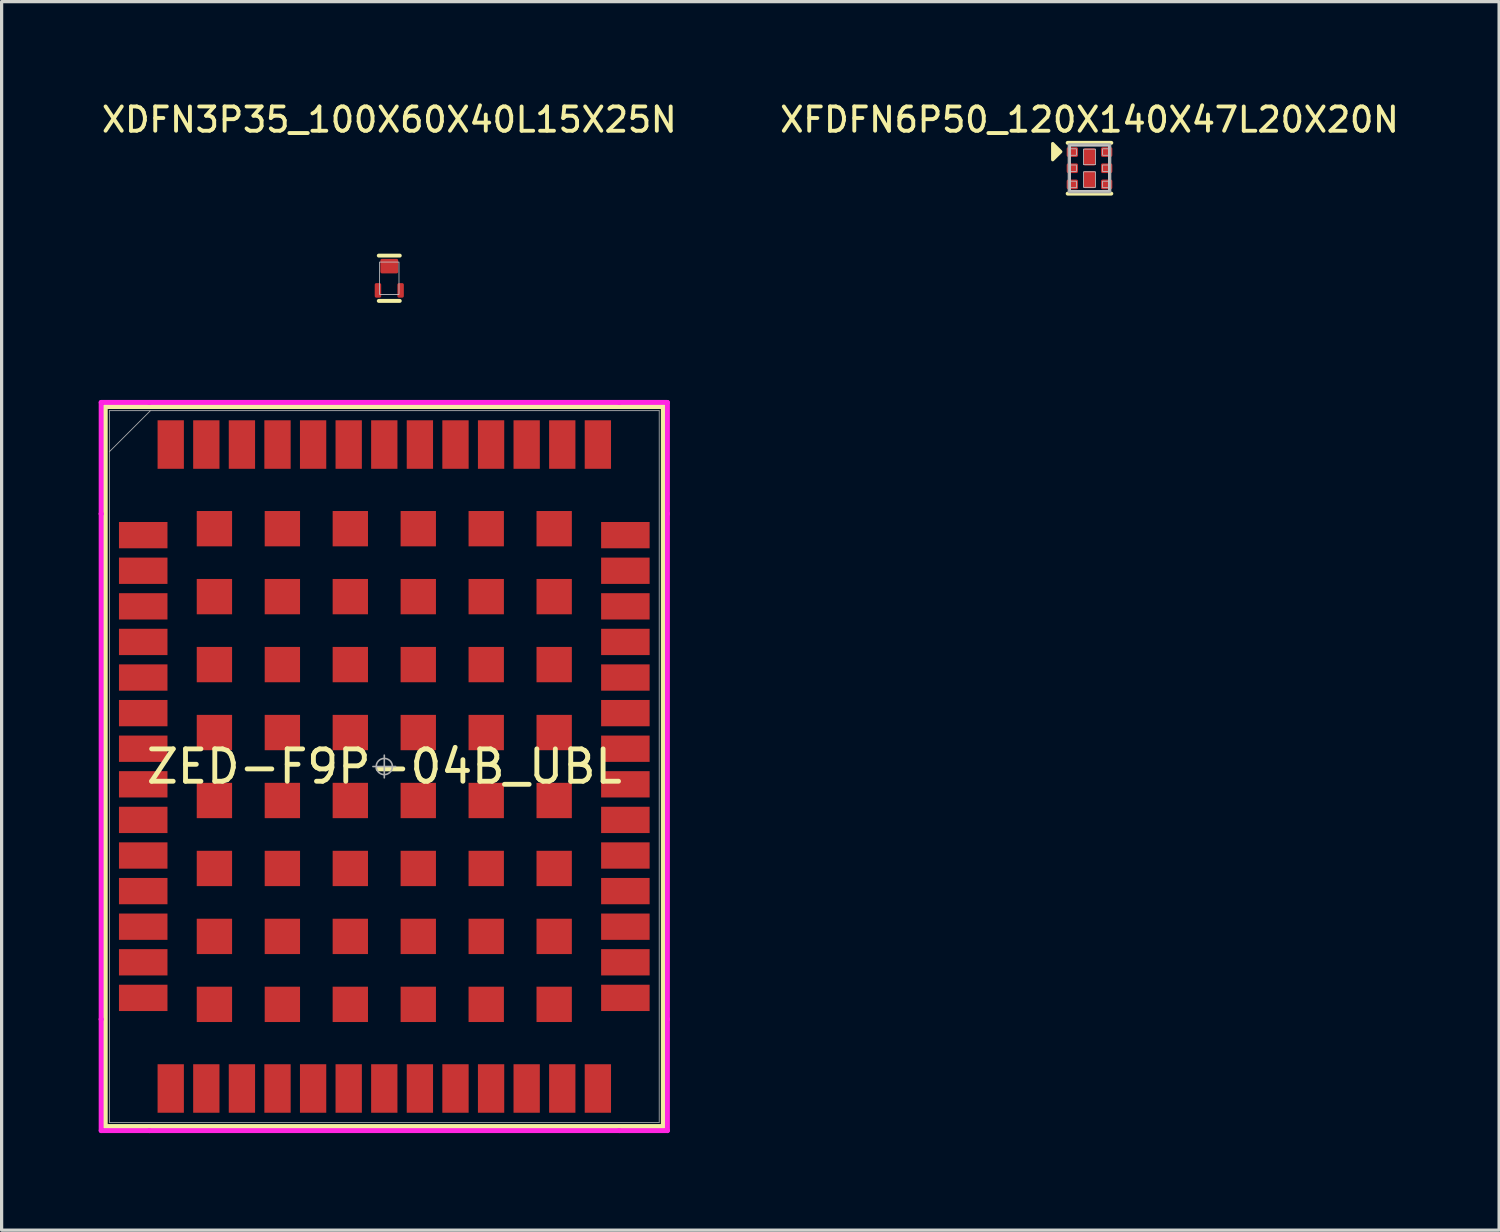
<source format=kicad_pcb>
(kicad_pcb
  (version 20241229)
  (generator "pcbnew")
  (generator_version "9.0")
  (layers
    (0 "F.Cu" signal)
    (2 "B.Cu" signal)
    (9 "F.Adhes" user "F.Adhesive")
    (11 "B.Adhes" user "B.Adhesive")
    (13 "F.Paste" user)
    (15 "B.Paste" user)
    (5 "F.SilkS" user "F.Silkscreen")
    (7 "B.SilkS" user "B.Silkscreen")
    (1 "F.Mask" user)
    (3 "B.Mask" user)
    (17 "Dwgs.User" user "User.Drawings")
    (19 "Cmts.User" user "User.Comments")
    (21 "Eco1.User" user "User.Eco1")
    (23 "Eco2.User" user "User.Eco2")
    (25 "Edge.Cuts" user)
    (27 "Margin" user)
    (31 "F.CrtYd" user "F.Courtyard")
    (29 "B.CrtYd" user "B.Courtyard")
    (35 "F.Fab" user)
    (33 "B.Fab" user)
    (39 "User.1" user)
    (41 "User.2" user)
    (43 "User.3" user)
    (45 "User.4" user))
  (footprint "XDFN3P35_100X60X40L15X25N"
    (layer "F.Cu")
    (at 8.98 5.549)
    (property "Reference" "XDFN3P35_100X60X40L15X25N" (at 0 -4.9 0) (unlocked yes) (layer "F.SilkS") (effects (font (size 0.75 0.75) (thickness 0.12))))
    (attr smd)
    (fp_line (start -0.325 -0.7) (end 0.325 -0.7) (stroke (width 0.12) (type default)) (layer "F.SilkS"))
    (fp_line (start -0.325 0.7) (end 0.325 0.7) (stroke (width 0.12) (type default)) (layer "F.SilkS"))
    (fp_rect (start -0.3 -0.5) (end 0.3 0.5) (stroke (width 0.025) (type default)) (fill no) (layer "Dwgs.User"))
    (pad "1" smd roundrect (at -0.35 0.375) (size 0.2 0.45) (layers "F.Cu" "F.Mask" "F.Paste") (roundrect_rratio 0.25))
    (pad "2" smd roundrect (at 0.35 0.375) (size 0.2 0.45) (layers "F.Cu" "F.Mask" "F.Paste") (roundrect_rratio 0.25))
    (pad "3" smd roundrect (at 0 -0.375) (size 0.55 0.45) (layers "F.Cu" "F.Mask" "F.Paste") (roundrect_rratio 0.111)))
  (footprint "XFDFN6P50_120X140X47L20X20N"
    (layer "F.Cu")
    (at 30.619 2.149)
    (property "Reference" "XFDFN6P50_120X140X47L20X20N" (at 0 -1.5 0) (unlocked yes) (layer "F.SilkS") (effects (font (size 0.75 0.75) (thickness 0.12))))
    (attr smd)
    (fp_line (start 0.675 -0.785) (end -0.675 -0.785) (stroke (width 0.12) (type default)) (layer "F.SilkS"))
    (fp_line (start 0.675 0.785) (end -0.675 0.785) (stroke (width 0.12) (type default)) (layer "F.SilkS"))
    (fp_poly (pts (xy -0.887 -0.512) (xy -1.137 -0.263) (xy -1.137 -0.762)) (stroke (width 0.1) (type solid)) (fill yes) (layer "F.SilkS"))
    (fp_rect (start -0.6 -0.7) (end 0.6 0.7) (stroke (width 0.05) (type default)) (fill no) (layer "Dwgs.User"))
    (fp_rect (start -0.6 -0.6) (end -0.405 -0.4) (stroke (width 0.025) (type default)) (fill no) (layer "Dwgs.User"))
    (fp_rect (start -0.6 -0.1) (end -0.405 0.1) (stroke (width 0.025) (type default)) (fill no) (layer "Dwgs.User"))
    (fp_rect (start -0.6 0.4) (end -0.405 0.6) (stroke (width 0.025) (type default)) (fill no) (layer "Dwgs.User"))
    (fp_rect (start -0.185 -0.59) (end 0.185 -0.11) (stroke (width 0.025) (type default)) (fill no) (layer "Dwgs.User"))
    (fp_rect (start -0.185 0.11) (end 0.185 0.59) (stroke (width 0.025) (type default)) (fill no) (layer "Dwgs.User"))
    (fp_rect (start 0.405 -0.6) (end 0.6 -0.4) (stroke (width 0.025) (type default)) (fill no) (layer "Dwgs.User"))
    (fp_rect (start 0.405 -0.1) (end 0.6 0.1) (stroke (width 0.025) (type default)) (fill no) (layer "Dwgs.User"))
    (fp_rect (start 0.405 0.4) (end 0.6 0.6) (stroke (width 0.025) (type default)) (fill no) (layer "Dwgs.User"))
    (fp_rect (start -0.625 -0.725) (end 0.625 0.725) (stroke (width 0.1) (type default)) (fill no) (layer "F.Fab"))
    (pad "1" smd roundrect (at -0.53 -0.5) (size 0.35 0.3) (layers "F.Cu" "F.Mask" "F.Paste") (roundrect_rratio 0.167))
    (pad "2" smd roundrect (at -0.53 0) (size 0.35 0.3) (layers "F.Cu" "F.Mask" "F.Paste") (roundrect_rratio 0.167))
    (pad "3" smd roundrect (at -0.53 0.5) (size 0.35 0.3) (layers "F.Cu" "F.Mask" "F.Paste") (roundrect_rratio 0.167))
    (pad "4" smd roundrect (at 0.53 0.5) (size 0.35 0.3) (layers "F.Cu" "F.Mask" "F.Paste") (roundrect_rratio 0.167))
    (pad "5" smd roundrect (at 0.53 0) (size 0.35 0.3) (layers "F.Cu" "F.Mask" "F.Paste") (roundrect_rratio 0.167))
    (pad "6" smd roundrect (at 0.53 -0.5) (size 0.35 0.3) (layers "F.Cu" "F.Mask" "F.Paste") (roundrect_rratio 0.167))
    (pad "7" smd roundrect (at 0 -0.35) (size 0.37 0.53) (layers "F.Cu" "F.Mask" "F.Paste") (roundrect_rratio 0.135))
    (pad "8" smd roundrect (at 0 0.35) (size 0.37 0.53) (layers "F.Cu" "F.Mask" "F.Paste") (roundrect_rratio 0.135)))
  (footprint "ZED-F9P-04B_UBL"
    (layer "F.Cu")
    (at 8.826 20.638)
    (property "Reference" "ZED-F9P-04B_UBL" (at 0 0 0) (unlocked yes) (layer "F.SilkS") (effects (font (size 1 1) (thickness 0.15))))
    (attr smd)
    (fp_line (start -8.623 -11.125) (end -8.623 11.125) (stroke (width 0.152) (type solid)) (layer "F.SilkS"))
    (fp_line (start -8.623 11.125) (end 8.623 11.125) (stroke (width 0.152) (type solid)) (layer "F.SilkS"))
    (fp_line (start 8.623 -11.125) (end -8.623 -11.125) (stroke (width 0.152) (type solid)) (layer "F.SilkS"))
    (fp_line (start 8.623 11.125) (end 8.623 -11.125) (stroke (width 0.152) (type solid)) (layer "F.SilkS"))
    (fp_line (start -8.75 -11.252) (end -7.26 -11.252) (stroke (width 0.152) (type solid)) (layer "F.CrtYd"))
    (fp_line (start -8.75 -7.81) (end -8.75 -11.252) (stroke (width 0.152) (type solid)) (layer "F.CrtYd"))
    (fp_line (start -8.75 -7.81) (end -8.75 -7.81) (stroke (width 0.152) (type solid)) (layer "F.CrtYd"))
    (fp_line (start -8.75 7.81) (end -8.75 -7.81) (stroke (width 0.152) (type solid)) (layer "F.CrtYd"))
    (fp_line (start -8.75 7.81) (end -8.75 7.81) (stroke (width 0.152) (type solid)) (layer "F.CrtYd"))
    (fp_line (start -8.75 11.252) (end -8.75 7.81) (stroke (width 0.152) (type solid)) (layer "F.CrtYd"))
    (fp_line (start -7.26 -11.252) (end -7.26 -11.252) (stroke (width 0.152) (type solid)) (layer "F.CrtYd"))
    (fp_line (start -7.26 -11.252) (end 7.26 -11.252) (stroke (width 0.152) (type solid)) (layer "F.CrtYd"))
    (fp_line (start -7.26 11.252) (end -8.75 11.252) (stroke (width 0.152) (type solid)) (layer "F.CrtYd"))
    (fp_line (start -7.26 11.252) (end -7.26 11.252) (stroke (width 0.152) (type solid)) (layer "F.CrtYd"))
    (fp_line (start 7.26 -11.252) (end 7.26 -11.252) (stroke (width 0.152) (type solid)) (layer "F.CrtYd"))
    (fp_line (start 7.26 -11.252) (end 8.75 -11.252) (stroke (width 0.152) (type solid)) (layer "F.CrtYd"))
    (fp_line (start 7.26 11.252) (end -7.26 11.252) (stroke (width 0.152) (type solid)) (layer "F.CrtYd"))
    (fp_line (start 7.26 11.252) (end 7.26 11.252) (stroke (width 0.152) (type solid)) (layer "F.CrtYd"))
    (fp_line (start 8.75 -11.252) (end 8.75 -7.81) (stroke (width 0.152) (type solid)) (layer "F.CrtYd"))
    (fp_line (start 8.75 -7.81) (end 8.75 -7.81) (stroke (width 0.152) (type solid)) (layer "F.CrtYd"))
    (fp_line (start 8.75 -7.81) (end 8.75 7.81) (stroke (width 0.152) (type solid)) (layer "F.CrtYd"))
    (fp_line (start 8.75 7.81) (end 8.75 7.81) (stroke (width 0.152) (type solid)) (layer "F.CrtYd"))
    (fp_line (start 8.75 7.81) (end 8.75 11.252) (stroke (width 0.152) (type solid)) (layer "F.CrtYd"))
    (fp_line (start 8.75 11.252) (end 7.26 11.252) (stroke (width 0.152) (type solid)) (layer "F.CrtYd"))
    (fp_line (start -8.496 -10.998) (end -8.496 10.998) (stroke (width 0.025) (type solid)) (layer "F.Fab"))
    (fp_line (start -8.496 -9.728) (end -7.226 -10.998) (stroke (width 0.025) (type solid)) (layer "F.Fab"))
    (fp_line (start -8.496 10.998) (end 8.496 10.998) (stroke (width 0.025) (type solid)) (layer "F.Fab"))
    (fp_line (start -0.35 0) (end 0.35 0) (stroke (width 0.05) (type solid)) (layer "F.Fab"))
    (fp_line (start 0 -0.35) (end 0 0.35) (stroke (width 0.05) (type solid)) (layer "F.Fab"))
    (fp_line (start 8.496 -10.998) (end -8.496 -10.998) (stroke (width 0.025) (type solid)) (layer "F.Fab"))
    (fp_line (start 8.496 10.998) (end 8.496 -10.998) (stroke (width 0.025) (type solid)) (layer "F.Fab"))
    (fp_circle (center 0 0) (end 0.25 0) (stroke (width 0.05) (type solid)) (fill no) (layer "F.Fab"))
    (pad "1" smd rect (at -7.45 -7.15) (size 1.499 0.813) (layers "F.Cu" "F.Mask" "F.Paste"))
    (pad "2" smd rect (at -7.45 -6.05) (size 1.499 0.813) (layers "F.Cu" "F.Mask" "F.Paste"))
    (pad "3" smd rect (at -7.45 -4.95) (size 1.499 0.813) (layers "F.Cu" "F.Mask" "F.Paste"))
    (pad "4" smd rect (at -7.45 -3.85) (size 1.499 0.813) (layers "F.Cu" "F.Mask" "F.Paste"))
    (pad "5" smd rect (at -7.45 -2.75) (size 1.499 0.813) (layers "F.Cu" "F.Mask" "F.Paste"))
    (pad "6" smd rect (at -7.45 -1.65) (size 1.499 0.813) (layers "F.Cu" "F.Mask" "F.Paste"))
    (pad "7" smd rect (at -7.45 -0.55) (size 1.499 0.813) (layers "F.Cu" "F.Mask" "F.Paste"))
    (pad "8" smd rect (at -7.45 0.55) (size 1.499 0.813) (layers "F.Cu" "F.Mask" "F.Paste"))
    (pad "9" smd rect (at -7.45 1.65) (size 1.499 0.813) (layers "F.Cu" "F.Mask" "F.Paste"))
    (pad "10" smd rect (at -7.45 2.75) (size 1.499 0.813) (layers "F.Cu" "F.Mask" "F.Paste"))
    (pad "11" smd rect (at -7.45 3.85) (size 1.499 0.813) (layers "F.Cu" "F.Mask" "F.Paste"))
    (pad "12" smd rect (at -7.45 4.95) (size 1.499 0.813) (layers "F.Cu" "F.Mask" "F.Paste"))
    (pad "13" smd rect (at -7.45 6.05) (size 1.499 0.813) (layers "F.Cu" "F.Mask" "F.Paste"))
    (pad "14" smd rect (at -7.45 7.15) (size 1.499 0.813) (layers "F.Cu" "F.Mask" "F.Paste"))
    (pad "15" smd rect (at -6.6 9.95 90) (size 1.499 0.813) (layers "F.Cu" "F.Mask" "F.Paste"))
    (pad "16" smd rect (at -5.5 9.95 90) (size 1.499 0.813) (layers "F.Cu" "F.Mask" "F.Paste"))
    (pad "17" smd rect (at -4.4 9.95 90) (size 1.499 0.813) (layers "F.Cu" "F.Mask" "F.Paste"))
    (pad "18" smd rect (at -3.3 9.95 90) (size 1.499 0.813) (layers "F.Cu" "F.Mask" "F.Paste"))
    (pad "19" smd rect (at -2.2 9.95 90) (size 1.499 0.813) (layers "F.Cu" "F.Mask" "F.Paste"))
    (pad "20" smd rect (at -1.1 9.95 90) (size 1.499 0.813) (layers "F.Cu" "F.Mask" "F.Paste"))
    (pad "21" smd rect (at 0 9.95 90) (size 1.499 0.813) (layers "F.Cu" "F.Mask" "F.Paste"))
    (pad "22" smd rect (at 1.1 9.95 90) (size 1.499 0.813) (layers "F.Cu" "F.Mask" "F.Paste"))
    (pad "23" smd rect (at 2.2 9.95 90) (size 1.499 0.813) (layers "F.Cu" "F.Mask" "F.Paste"))
    (pad "24" smd rect (at 3.3 9.95 90) (size 1.499 0.813) (layers "F.Cu" "F.Mask" "F.Paste"))
    (pad "25" smd rect (at 4.4 9.95 90) (size 1.499 0.813) (layers "F.Cu" "F.Mask" "F.Paste"))
    (pad "26" smd rect (at 5.5 9.95 90) (size 1.499 0.813) (layers "F.Cu" "F.Mask" "F.Paste"))
    (pad "27" smd rect (at 6.6 9.95 90) (size 1.499 0.813) (layers "F.Cu" "F.Mask" "F.Paste"))
    (pad "28" smd rect (at 7.45 7.15) (size 1.499 0.813) (layers "F.Cu" "F.Mask" "F.Paste"))
    (pad "29" smd rect (at 7.45 6.05) (size 1.499 0.813) (layers "F.Cu" "F.Mask" "F.Paste"))
    (pad "30" smd rect (at 7.45 4.95) (size 1.499 0.813) (layers "F.Cu" "F.Mask" "F.Paste"))
    (pad "31" smd rect (at 7.45 3.85) (size 1.499 0.813) (layers "F.Cu" "F.Mask" "F.Paste"))
    (pad "32" smd rect (at 7.45 2.75) (size 1.499 0.813) (layers "F.Cu" "F.Mask" "F.Paste"))
    (pad "33" smd rect (at 7.45 1.65) (size 1.499 0.813) (layers "F.Cu" "F.Mask" "F.Paste"))
    (pad "34" smd rect (at 7.45 0.55) (size 1.499 0.813) (layers "F.Cu" "F.Mask" "F.Paste"))
    (pad "35" smd rect (at 7.45 -0.55) (size 1.499 0.813) (layers "F.Cu" "F.Mask" "F.Paste"))
    (pad "36" smd rect (at 7.45 -1.65) (size 1.499 0.813) (layers "F.Cu" "F.Mask" "F.Paste"))
    (pad "37" smd rect (at 7.45 -2.75) (size 1.499 0.813) (layers "F.Cu" "F.Mask" "F.Paste"))
    (pad "38" smd rect (at 7.45 -3.85) (size 1.499 0.813) (layers "F.Cu" "F.Mask" "F.Paste"))
    (pad "39" smd rect (at 7.45 -4.95) (size 1.499 0.813) (layers "F.Cu" "F.Mask" "F.Paste"))
    (pad "40" smd rect (at 7.45 -6.05) (size 1.499 0.813) (layers "F.Cu" "F.Mask" "F.Paste"))
    (pad "41" smd rect (at 7.45 -7.15) (size 1.499 0.813) (layers "F.Cu" "F.Mask" "F.Paste"))
    (pad "42" smd rect (at 6.6 -9.95 90) (size 1.499 0.813) (layers "F.Cu" "F.Mask" "F.Paste"))
    (pad "43" smd rect (at 5.5 -9.95 90) (size 1.499 0.813) (layers "F.Cu" "F.Mask" "F.Paste"))
    (pad "44" smd rect (at 4.4 -9.95 90) (size 1.499 0.813) (layers "F.Cu" "F.Mask" "F.Paste"))
    (pad "45" smd rect (at 3.3 -9.95 90) (size 1.499 0.813) (layers "F.Cu" "F.Mask" "F.Paste"))
    (pad "46" smd rect (at 2.2 -9.95 90) (size 1.499 0.813) (layers "F.Cu" "F.Mask" "F.Paste"))
    (pad "47" smd rect (at 1.1 -9.95 90) (size 1.499 0.813) (layers "F.Cu" "F.Mask" "F.Paste"))
    (pad "48" smd rect (at 0 -9.95 90) (size 1.499 0.813) (layers "F.Cu" "F.Mask" "F.Paste"))
    (pad "49" smd rect (at -1.1 -9.95 90) (size 1.499 0.813) (layers "F.Cu" "F.Mask" "F.Paste"))
    (pad "50" smd rect (at -2.2 -9.95 90) (size 1.499 0.813) (layers "F.Cu" "F.Mask" "F.Paste"))
    (pad "51" smd rect (at -3.3 -9.95 90) (size 1.499 0.813) (layers "F.Cu" "F.Mask" "F.Paste"))
    (pad "52" smd rect (at -4.4 -9.95 90) (size 1.499 0.813) (layers "F.Cu" "F.Mask" "F.Paste"))
    (pad "53" smd rect (at -5.5 -9.95 90) (size 1.499 0.813) (layers "F.Cu" "F.Mask" "F.Paste"))
    (pad "54" smd rect (at -6.6 -9.95 90) (size 1.499 0.813) (layers "F.Cu" "F.Mask" "F.Paste"))
    (pad "55" smd rect (at -5.25 -7.35) (size 1.092 1.092) (layers "F.Cu" "F.Mask" "F.Paste"))
    (pad "56" smd rect (at -3.15 -7.35) (size 1.092 1.092) (layers "F.Cu" "F.Mask" "F.Paste"))
    (pad "57" smd rect (at -1.05 -7.35) (size 1.092 1.092) (layers "F.Cu" "F.Mask" "F.Paste"))
    (pad "58" smd rect (at 1.05 -7.35) (size 1.092 1.092) (layers "F.Cu" "F.Mask" "F.Paste"))
    (pad "59" smd rect (at 3.15 -7.35) (size 1.092 1.092) (layers "F.Cu" "F.Mask" "F.Paste"))
    (pad "60" smd rect (at 5.25 -7.35) (size 1.092 1.092) (layers "F.Cu" "F.Mask" "F.Paste"))
    (pad "61" smd rect (at -5.25 -5.25) (size 1.092 1.092) (layers "F.Cu" "F.Mask" "F.Paste"))
    (pad "62" smd rect (at -3.15 -5.25) (size 1.092 1.092) (layers "F.Cu" "F.Mask" "F.Paste"))
    (pad "63" smd rect (at -1.05 -5.25) (size 1.092 1.092) (layers "F.Cu" "F.Mask" "F.Paste"))
    (pad "64" smd rect (at 1.05 -5.25) (size 1.092 1.092) (layers "F.Cu" "F.Mask" "F.Paste"))
    (pad "65" smd rect (at 3.15 -5.25) (size 1.092 1.092) (layers "F.Cu" "F.Mask" "F.Paste"))
    (pad "66" smd rect (at 5.25 -5.25) (size 1.092 1.092) (layers "F.Cu" "F.Mask" "F.Paste"))
    (pad "67" smd rect (at -5.25 -3.15) (size 1.092 1.092) (layers "F.Cu" "F.Mask" "F.Paste"))
    (pad "68" smd rect (at -3.15 -3.15) (size 1.092 1.092) (layers "F.Cu" "F.Mask" "F.Paste"))
    (pad "69" smd rect (at -1.05 -3.15) (size 1.092 1.092) (layers "F.Cu" "F.Mask" "F.Paste"))
    (pad "70" smd rect (at 1.05 -3.15) (size 1.092 1.092) (layers "F.Cu" "F.Mask" "F.Paste"))
    (pad "71" smd rect (at 3.15 -3.15) (size 1.092 1.092) (layers "F.Cu" "F.Mask" "F.Paste"))
    (pad "72" smd rect (at 5.25 -3.15) (size 1.092 1.092) (layers "F.Cu" "F.Mask" "F.Paste"))
    (pad "73" smd rect (at -5.25 -1.05) (size 1.092 1.092) (layers "F.Cu" "F.Mask" "F.Paste"))
    (pad "74" smd rect (at -3.15 -1.05) (size 1.092 1.092) (layers "F.Cu" "F.Mask" "F.Paste"))
    (pad "75" smd rect (at -1.05 -1.05) (size 1.092 1.092) (layers "F.Cu" "F.Mask" "F.Paste"))
    (pad "76" smd rect (at 1.05 -1.05) (size 1.092 1.092) (layers "F.Cu" "F.Mask" "F.Paste"))
    (pad "77" smd rect (at 3.15 -1.05) (size 1.092 1.092) (layers "F.Cu" "F.Mask" "F.Paste"))
    (pad "78" smd rect (at 5.25 -1.05) (size 1.092 1.092) (layers "F.Cu" "F.Mask" "F.Paste"))
    (pad "79" smd rect (at -5.25 1.05) (size 1.092 1.092) (layers "F.Cu" "F.Mask" "F.Paste"))
    (pad "80" smd rect (at -3.15 1.05) (size 1.092 1.092) (layers "F.Cu" "F.Mask" "F.Paste"))
    (pad "81" smd rect (at -1.05 1.05) (size 1.092 1.092) (layers "F.Cu" "F.Mask" "F.Paste"))
    (pad "82" smd rect (at 1.05 1.05) (size 1.092 1.092) (layers "F.Cu" "F.Mask" "F.Paste"))
    (pad "83" smd rect (at 3.15 1.05) (size 1.092 1.092) (layers "F.Cu" "F.Mask" "F.Paste"))
    (pad "84" smd rect (at 5.25 1.05) (size 1.092 1.092) (layers "F.Cu" "F.Mask" "F.Paste"))
    (pad "85" smd rect (at -5.25 3.15) (size 1.092 1.092) (layers "F.Cu" "F.Mask" "F.Paste"))
    (pad "86" smd rect (at -3.15 3.15) (size 1.092 1.092) (layers "F.Cu" "F.Mask" "F.Paste"))
    (pad "87" smd rect (at -1.05 3.15) (size 1.092 1.092) (layers "F.Cu" "F.Mask" "F.Paste"))
    (pad "88" smd rect (at 1.05 3.15) (size 1.092 1.092) (layers "F.Cu" "F.Mask" "F.Paste"))
    (pad "89" smd rect (at 3.15 3.15) (size 1.092 1.092) (layers "F.Cu" "F.Mask" "F.Paste"))
    (pad "90" smd rect (at 5.25 3.15) (size 1.092 1.092) (layers "F.Cu" "F.Mask" "F.Paste"))
    (pad "91" smd rect (at -5.25 5.25) (size 1.092 1.092) (layers "F.Cu" "F.Mask" "F.Paste"))
    (pad "92" smd rect (at -3.15 5.25) (size 1.092 1.092) (layers "F.Cu" "F.Mask" "F.Paste"))
    (pad "93" smd rect (at -1.05 5.25) (size 1.092 1.092) (layers "F.Cu" "F.Mask" "F.Paste"))
    (pad "94" smd rect (at 1.05 5.25) (size 1.092 1.092) (layers "F.Cu" "F.Mask" "F.Paste"))
    (pad "95" smd rect (at 3.15 5.25) (size 1.092 1.092) (layers "F.Cu" "F.Mask" "F.Paste"))
    (pad "96" smd rect (at 5.25 5.25) (size 1.092 1.092) (layers "F.Cu" "F.Mask" "F.Paste"))
    (pad "97" smd rect (at -5.25 7.35) (size 1.092 1.092) (layers "F.Cu" "F.Mask" "F.Paste"))
    (pad "98" smd rect (at -3.15 7.35) (size 1.092 1.092) (layers "F.Cu" "F.Mask" "F.Paste"))
    (pad "99" smd rect (at -1.05 7.35) (size 1.092 1.092) (layers "F.Cu" "F.Mask" "F.Paste"))
    (pad "100" smd rect (at 1.05 7.35) (size 1.092 1.092) (layers "F.Cu" "F.Mask" "F.Paste"))
    (pad "101" smd rect (at 3.15 7.35) (size 1.092 1.092) (layers "F.Cu" "F.Mask" "F.Paste"))
    (pad "102" smd rect (at 5.25 7.35) (size 1.092 1.092) (layers "F.Cu" "F.Mask" "F.Paste")))
  (gr_rect
    (start -3 -3)
    (end 43.277 34.966)
    (stroke (width 0.1) (type default))
    (fill no)
    (layer "Edge.Cuts")))
</source>
